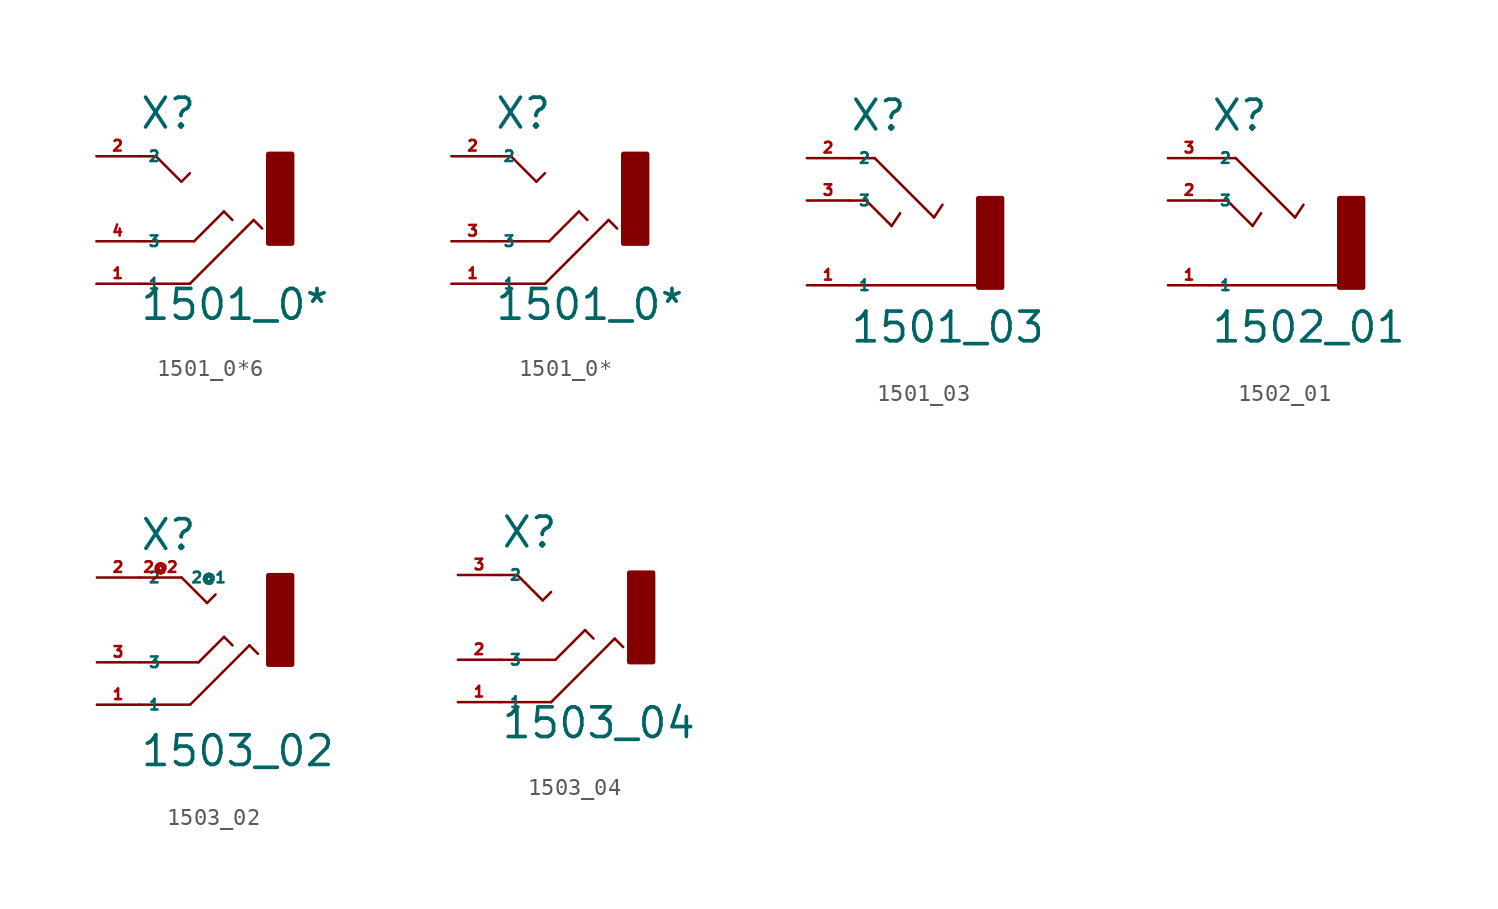
<source format=kicad_sym>
(kicad_symbol_lib
  (version 20220914)
  (generator Eagle2Kicad)
  (symbol "1501_0*6"
    (property "Reference" "X"
      (at -2.54 4.064 0)
      (effects (font (size 1.778 1.778) (thickness 0.22)) (justify left bottom)))
    (property "Value" "1501_0*"
      (at -2.54 -7.366 0)
      (effects (font (size 1.778 1.778) (thickness 0.22)) (justify left bottom)))
    (polyline
      (pts (xy -2.54 2.54) (xy -1.524 2.54))
      (stroke (width 0.152) (type default))
      (fill (type none)))
    (polyline
      (pts (xy -1.524 2.54) (xy 0 1.016))
      (stroke (width 0.152) (type default))
      (fill (type none)))
    (polyline
      (pts (xy 0 1.016) (xy 0.508 1.524))
      (stroke (width 0.152) (type default))
      (fill (type none)))
    (polyline
      (pts (xy -2.54 -5.08) (xy 0.508 -5.08))
      (stroke (width 0.152) (type default))
      (fill (type none)))
    (polyline
      (pts (xy 0.508 -5.08) (xy 4.318 -1.27))
      (stroke (width 0.152) (type default))
      (fill (type none)))
    (polyline
      (pts (xy 4.318 -1.27) (xy 4.826 -1.778))
      (stroke (width 0.152) (type default))
      (fill (type none)))
    (polyline
      (pts (xy -2.54 -2.54) (xy 0.762 -2.54))
      (stroke (width 0.152) (type default))
      (fill (type none)))
    (polyline
      (pts (xy 0.762 -2.54) (xy 2.54 -0.762))
      (stroke (width 0.152) (type default))
      (fill (type none)))
    (polyline
      (pts (xy 2.54 -0.762) (xy 3.048 -1.27))
      (stroke (width 0.152) (type default))
      (fill (type none)))
    (rectangle
      (start 5.207 -2.667)
      (end 6.604 2.667)
      (stroke (width 0.3) (type default))
      (fill (type outline)))
    (pin passive line
      (at -5.08 -5.08 0)
      (length 2.54)
      (name "1" (effects (font (size 0.635 0.635) (thickness 0.08)) (justify left bottom)))
      (number "1" (effects (font (size 0.635 0.635) (thickness 0.08)) (justify left bottom))))
    (pin passive line
      (at -5.08 2.54 0)
      (length 2.54)
      (name "2" (effects (font (size 0.635 0.635) (thickness 0.08)) (justify left bottom)))
      (number "2" (effects (font (size 0.635 0.635) (thickness 0.08)) (justify left bottom))))
    (pin passive line
      (at -5.08 -2.54 0)
      (length 2.54)
      (name "3" (effects (font (size 0.635 0.635) (thickness 0.08)) (justify left bottom)))
      (number "4" (effects (font (size 0.635 0.635) (thickness 0.08)) (justify left bottom)))))
  (symbol "1501_0*"
    (property "Reference" "X"
      (at -2.54 4.064 0)
      (effects (font (size 1.778 1.778) (thickness 0.22)) (justify left bottom)))
    (property "Value" "1501_0*"
      (at -2.54 -7.366 0)
      (effects (font (size 1.778 1.778) (thickness 0.22)) (justify left bottom)))
    (polyline
      (pts (xy -2.54 2.54) (xy -1.524 2.54))
      (stroke (width 0.152) (type default))
      (fill (type none)))
    (polyline
      (pts (xy -1.524 2.54) (xy 0 1.016))
      (stroke (width 0.152) (type default))
      (fill (type none)))
    (polyline
      (pts (xy 0 1.016) (xy 0.508 1.524))
      (stroke (width 0.152) (type default))
      (fill (type none)))
    (polyline
      (pts (xy -2.54 -5.08) (xy 0.508 -5.08))
      (stroke (width 0.152) (type default))
      (fill (type none)))
    (polyline
      (pts (xy 0.508 -5.08) (xy 4.318 -1.27))
      (stroke (width 0.152) (type default))
      (fill (type none)))
    (polyline
      (pts (xy 4.318 -1.27) (xy 4.826 -1.778))
      (stroke (width 0.152) (type default))
      (fill (type none)))
    (polyline
      (pts (xy -2.54 -2.54) (xy 0.762 -2.54))
      (stroke (width 0.152) (type default))
      (fill (type none)))
    (polyline
      (pts (xy 0.762 -2.54) (xy 2.54 -0.762))
      (stroke (width 0.152) (type default))
      (fill (type none)))
    (polyline
      (pts (xy 2.54 -0.762) (xy 3.048 -1.27))
      (stroke (width 0.152) (type default))
      (fill (type none)))
    (rectangle
      (start 5.207 -2.667)
      (end 6.604 2.667)
      (stroke (width 0.3) (type default))
      (fill (type outline)))
    (pin passive line
      (at -5.08 -5.08 0)
      (length 2.54)
      (name "1" (effects (font (size 0.635 0.635) (thickness 0.08)) (justify left bottom)))
      (number "1" (effects (font (size 0.635 0.635) (thickness 0.08)) (justify left bottom))))
    (pin passive line
      (at -5.08 2.54 0)
      (length 2.54)
      (name "2" (effects (font (size 0.635 0.635) (thickness 0.08)) (justify left bottom)))
      (number "2" (effects (font (size 0.635 0.635) (thickness 0.08)) (justify left bottom))))
    (pin passive line
      (at -5.08 -2.54 0)
      (length 2.54)
      (name "3" (effects (font (size 0.635 0.635) (thickness 0.08)) (justify left bottom)))
      (number "3" (effects (font (size 0.635 0.635) (thickness 0.08)) (justify left bottom)))))
  (symbol "1501_03"
    (property "Reference" "X"
      (at -2.54 6.604 0)
      (effects (font (size 1.778 1.778) (thickness 0.22)) (justify left bottom)))
    (property "Value" "1501_03"
      (at -2.54 -6.096 0)
      (effects (font (size 1.778 1.778) (thickness 0.22)) (justify left bottom)))
    (polyline
      (pts (xy -2.54 5.08) (xy -1.016 5.08))
      (stroke (width 0.152) (type default))
      (fill (type none)))
    (polyline
      (pts (xy -1.016 5.08) (xy 2.54 1.524))
      (stroke (width 0.152) (type default))
      (fill (type none)))
    (polyline
      (pts (xy -2.54 2.54) (xy -1.524 2.54))
      (stroke (width 0.152) (type default))
      (fill (type none)))
    (polyline
      (pts (xy -1.524 2.54) (xy 0 1.016))
      (stroke (width 0.152) (type default))
      (fill (type none)))
    (polyline
      (pts (xy 0 1.016) (xy 0.508 1.778))
      (stroke (width 0.152) (type default))
      (fill (type none)))
    (polyline
      (pts (xy -2.54 -2.54) (xy 5.207 -2.54))
      (stroke (width 0.152) (type default))
      (fill (type none)))
    (polyline
      (pts (xy 2.54 1.524) (xy 3.048 2.286))
      (stroke (width 0.152) (type default))
      (fill (type none)))
    (rectangle
      (start 5.207 -2.667)
      (end 6.604 2.667)
      (stroke (width 0.3) (type default))
      (fill (type outline)))
    (pin passive line
      (at -5.08 -2.54 0)
      (length 2.54)
      (name "1" (effects (font (size 0.635 0.635) (thickness 0.08)) (justify left bottom)))
      (number "1" (effects (font (size 0.635 0.635) (thickness 0.08)) (justify left bottom))))
    (pin passive line
      (at -5.08 5.08 0)
      (length 2.54)
      (name "2" (effects (font (size 0.635 0.635) (thickness 0.08)) (justify left bottom)))
      (number "2" (effects (font (size 0.635 0.635) (thickness 0.08)) (justify left bottom))))
    (pin passive line
      (at -5.08 2.54 0)
      (length 2.54)
      (name "3" (effects (font (size 0.635 0.635) (thickness 0.08)) (justify left bottom)))
      (number "3" (effects (font (size 0.635 0.635) (thickness 0.08)) (justify left bottom)))))
  (symbol "1502_01"
    (property "Reference" "X"
      (at -2.54 6.604 0)
      (effects (font (size 1.778 1.778) (thickness 0.22)) (justify left bottom)))
    (property "Value" "1502_01"
      (at -2.54 -6.096 0)
      (effects (font (size 1.778 1.778) (thickness 0.22)) (justify left bottom)))
    (polyline
      (pts (xy -2.54 5.08) (xy -1.016 5.08))
      (stroke (width 0.152) (type default))
      (fill (type none)))
    (polyline
      (pts (xy -1.016 5.08) (xy 2.54 1.524))
      (stroke (width 0.152) (type default))
      (fill (type none)))
    (polyline
      (pts (xy -2.54 2.54) (xy -1.524 2.54))
      (stroke (width 0.152) (type default))
      (fill (type none)))
    (polyline
      (pts (xy -1.524 2.54) (xy 0 1.016))
      (stroke (width 0.152) (type default))
      (fill (type none)))
    (polyline
      (pts (xy 0 1.016) (xy 0.508 1.778))
      (stroke (width 0.152) (type default))
      (fill (type none)))
    (polyline
      (pts (xy -2.54 -2.54) (xy 5.207 -2.54))
      (stroke (width 0.152) (type default))
      (fill (type none)))
    (polyline
      (pts (xy 2.54 1.524) (xy 3.048 2.286))
      (stroke (width 0.152) (type default))
      (fill (type none)))
    (rectangle
      (start 5.207 -2.667)
      (end 6.604 2.667)
      (stroke (width 0.3) (type default))
      (fill (type outline)))
    (pin passive line
      (at -5.08 -2.54 0)
      (length 2.54)
      (name "1" (effects (font (size 0.635 0.635) (thickness 0.08)) (justify left bottom)))
      (number "1" (effects (font (size 0.635 0.635) (thickness 0.08)) (justify left bottom))))
    (pin passive line
      (at -5.08 5.08 0)
      (length 2.54)
      (name "2" (effects (font (size 0.635 0.635) (thickness 0.08)) (justify left bottom)))
      (number "3" (effects (font (size 0.635 0.635) (thickness 0.08)) (justify left bottom))))
    (pin passive line
      (at -5.08 2.54 0)
      (length 2.54)
      (name "3" (effects (font (size 0.635 0.635) (thickness 0.08)) (justify left bottom)))
      (number "2" (effects (font (size 0.635 0.635) (thickness 0.08)) (justify left bottom)))))
  (symbol "1503_02"
    (property "Reference" "X"
      (at -2.54 4.064 0)
      (effects (font (size 1.778 1.778) (thickness 0.22)) (justify left bottom)))
    (property "Value" "1503_02"
      (at -2.54 -8.89 0)
      (effects (font (size 1.778 1.778) (thickness 0.22)) (justify left bottom)))
    (polyline
      (pts (xy 0 2.54) (xy 1.524 1.016))
      (stroke (width 0.152) (type default))
      (fill (type none)))
    (polyline
      (pts (xy 1.524 1.016) (xy 2.032 1.524))
      (stroke (width 0.152) (type default))
      (fill (type none)))
    (polyline
      (pts (xy -2.54 -5.08) (xy 0.508 -5.08))
      (stroke (width 0.152) (type default))
      (fill (type none)))
    (polyline
      (pts (xy 0.508 -5.08) (xy 4.064 -1.524))
      (stroke (width 0.152) (type default))
      (fill (type none)))
    (polyline
      (pts (xy 4.064 -1.524) (xy 4.572 -2.032))
      (stroke (width 0.152) (type default))
      (fill (type none)))
    (polyline
      (pts (xy -2.54 -2.54) (xy 1.016 -2.54))
      (stroke (width 0.152) (type default))
      (fill (type none)))
    (polyline
      (pts (xy 1.016 -2.54) (xy 2.54 -1.016))
      (stroke (width 0.152) (type default))
      (fill (type none)))
    (polyline
      (pts (xy 2.54 -1.016) (xy 3.048 -1.524))
      (stroke (width 0.152) (type default))
      (fill (type none)))
    (rectangle
      (start 5.207 -2.667)
      (end 6.604 2.667)
      (stroke (width 0.3) (type default))
      (fill (type outline)))
    (pin passive line
      (at -5.08 -5.08 0)
      (length 2.54)
      (name "1" (effects (font (size 0.635 0.635) (thickness 0.08)) (justify left bottom)))
      (number "1" (effects (font (size 0.635 0.635) (thickness 0.08)) (justify left bottom))))
    (pin passive line
      (at -5.08 2.54 0)
      (length 2.54)
      (name "2" (effects (font (size 0.635 0.635) (thickness 0.08)) (justify left bottom)))
      (number "2" (effects (font (size 0.635 0.635) (thickness 0.08)) (justify left bottom))))
    (pin passive line
      (at -5.08 -2.54 0)
      (length 2.54)
      (name "3" (effects (font (size 0.635 0.635) (thickness 0.08)) (justify left bottom)))
      (number "3" (effects (font (size 0.635 0.635) (thickness 0.08)) (justify left bottom))))
    (pin passive line
      (at -2.54 2.54 0)
      (length 2.54)
      (name "2@1" (effects (font (size 0.635 0.635) (thickness 0.08)) (justify left bottom)))
      (number "2@2" (effects (font (size 0.635 0.635) (thickness 0.08)) (justify left bottom)))))
  (symbol "1503_04"
    (property "Reference" "X"
      (at -2.54 4.064 0)
      (effects (font (size 1.778 1.778) (thickness 0.22)) (justify left bottom)))
    (property "Value" "1503_04"
      (at -2.54 -7.366 0)
      (effects (font (size 1.778 1.778) (thickness 0.22)) (justify left bottom)))
    (polyline
      (pts (xy -2.54 2.54) (xy -1.524 2.54))
      (stroke (width 0.152) (type default))
      (fill (type none)))
    (polyline
      (pts (xy -1.524 2.54) (xy 0 1.016))
      (stroke (width 0.152) (type default))
      (fill (type none)))
    (polyline
      (pts (xy 0 1.016) (xy 0.508 1.524))
      (stroke (width 0.152) (type default))
      (fill (type none)))
    (polyline
      (pts (xy -2.54 -5.08) (xy 0.508 -5.08))
      (stroke (width 0.152) (type default))
      (fill (type none)))
    (polyline
      (pts (xy 0.508 -5.08) (xy 4.318 -1.27))
      (stroke (width 0.152) (type default))
      (fill (type none)))
    (polyline
      (pts (xy 4.318 -1.27) (xy 4.826 -1.778))
      (stroke (width 0.152) (type default))
      (fill (type none)))
    (polyline
      (pts (xy -2.54 -2.54) (xy 0.762 -2.54))
      (stroke (width 0.152) (type default))
      (fill (type none)))
    (polyline
      (pts (xy 0.762 -2.54) (xy 2.54 -0.762))
      (stroke (width 0.152) (type default))
      (fill (type none)))
    (polyline
      (pts (xy 2.54 -0.762) (xy 3.048 -1.27))
      (stroke (width 0.152) (type default))
      (fill (type none)))
    (rectangle
      (start 5.207 -2.667)
      (end 6.604 2.667)
      (stroke (width 0.3) (type default))
      (fill (type outline)))
    (pin passive line
      (at -5.08 -5.08 0)
      (length 2.54)
      (name "1" (effects (font (size 0.635 0.635) (thickness 0.08)) (justify left bottom)))
      (number "1" (effects (font (size 0.635 0.635) (thickness 0.08)) (justify left bottom))))
    (pin passive line
      (at -5.08 2.54 0)
      (length 2.54)
      (name "2" (effects (font (size 0.635 0.635) (thickness 0.08)) (justify left bottom)))
      (number "3" (effects (font (size 0.635 0.635) (thickness 0.08)) (justify left bottom))))
    (pin passive line
      (at -5.08 -2.54 0)
      (length 2.54)
      (name "3" (effects (font (size 0.635 0.635) (thickness 0.08)) (justify left bottom)))
      (number "2" (effects (font (size 0.635 0.635) (thickness 0.08)) (justify left bottom))))))
</source>
